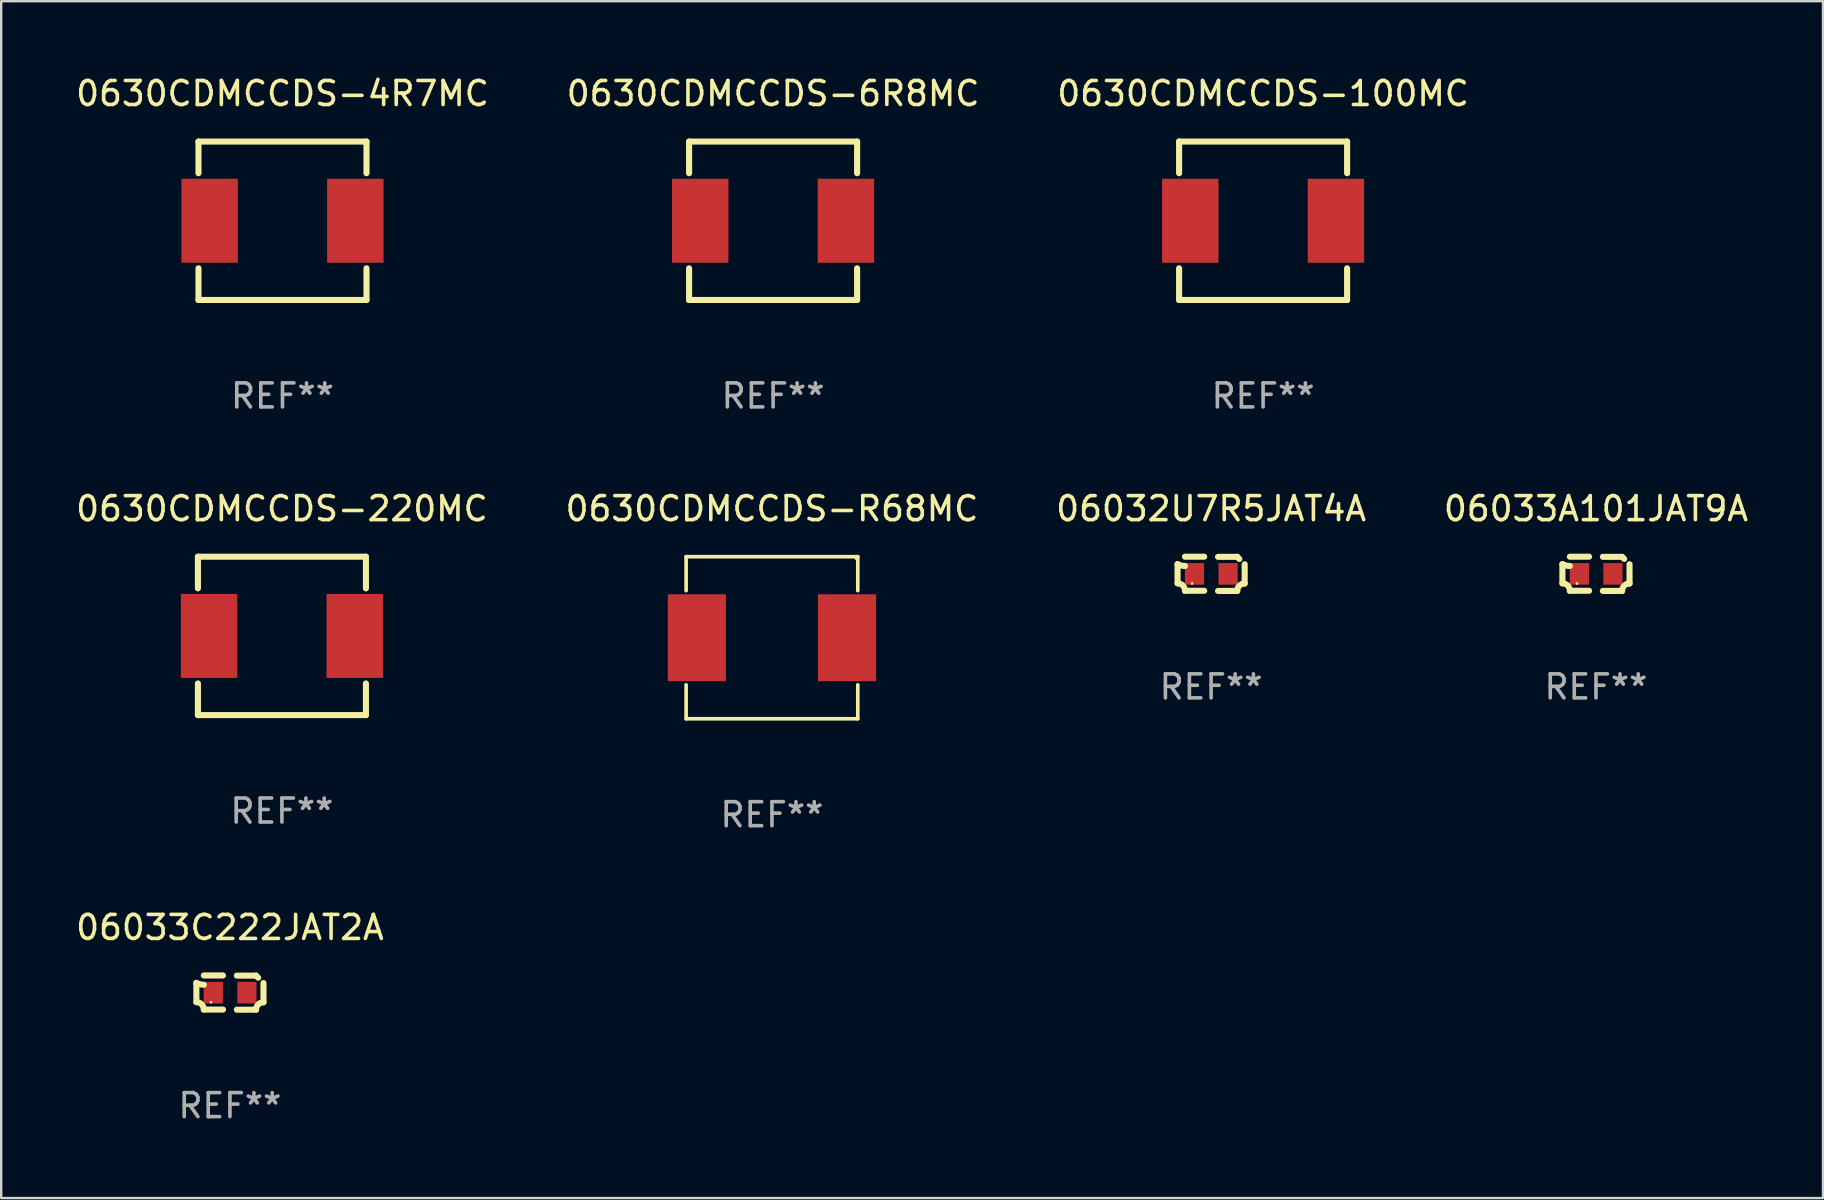
<source format=kicad_pcb>
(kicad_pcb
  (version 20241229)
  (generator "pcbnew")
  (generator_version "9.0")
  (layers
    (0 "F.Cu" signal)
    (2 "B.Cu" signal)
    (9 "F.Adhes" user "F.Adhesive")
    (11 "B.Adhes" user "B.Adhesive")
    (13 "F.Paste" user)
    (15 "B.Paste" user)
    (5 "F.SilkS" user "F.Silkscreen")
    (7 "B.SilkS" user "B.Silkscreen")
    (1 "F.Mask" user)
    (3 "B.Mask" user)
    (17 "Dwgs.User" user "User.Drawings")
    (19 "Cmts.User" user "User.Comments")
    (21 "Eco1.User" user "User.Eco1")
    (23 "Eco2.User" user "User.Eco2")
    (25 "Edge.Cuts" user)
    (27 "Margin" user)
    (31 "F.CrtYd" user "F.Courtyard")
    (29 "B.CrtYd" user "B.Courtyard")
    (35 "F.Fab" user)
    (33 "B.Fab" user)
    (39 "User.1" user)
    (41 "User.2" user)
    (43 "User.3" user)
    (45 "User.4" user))
  (footprint "0630CDMCCDS-220MC"
    (layer "F.Cu")
    (at 8.696 23.445)
    (property "Reference" "0630CDMCCDS-220MC" (at 0 -5.3 0) (layer "F.SilkS") (effects (font (size 1 1) (thickness 0.15))))
    (attr through_hole)
    (fp_line (start -3.5 -3.3) (end -3.5 -1.981) (stroke (width 0.254) (type solid)) (layer "F.SilkS"))
    (fp_line (start -3.5 -3.3) (end 3.5 -3.3) (stroke (width 0.254) (type solid)) (layer "F.SilkS"))
    (fp_line (start -3.5 1.981) (end -3.5 3.3) (stroke (width 0.254) (type solid)) (layer "F.SilkS"))
    (fp_line (start -3.5 3.3) (end 3.5 3.3) (stroke (width 0.254) (type solid)) (layer "F.SilkS"))
    (fp_line (start 3.5 -1.981) (end 3.5 -3.3) (stroke (width 0.254) (type solid)) (layer "F.SilkS"))
    (fp_line (start 3.5 3.3) (end 3.5 1.981) (stroke (width 0.254) (type solid)) (layer "F.SilkS"))
    (fp_circle (center -3.5 3.3) (end -3.47 3.3) (stroke (width 0.06) (type solid)) (fill no) (layer "F.SilkS"))
    (fp_text user "REF**" (at 0 7.3 0) (layer "F.Fab") (effects (font (size 1 1) (thickness 0.15))))
    (pad "1" smd rect (at -3.035 0) (size 2.35 3.5) (layers "F.Cu" "F.Mask" "F.Paste"))
    (pad "2" smd rect (at 3.035 0) (size 2.35 3.5) (layers "F.Cu" "F.Mask" "F.Paste")))
  (footprint "0630CDMCCDS-R68MC"
    (layer "F.Cu")
    (at 29.113 23.521)
    (property "Reference" "0630CDMCCDS-R68MC" (at 0 -5.376 0) (layer "F.SilkS") (effects (font (size 1 1) (thickness 0.15))))
    (attr through_hole)
    (fp_line (start -3.576 -3.376) (end 3.576 -3.376) (stroke (width 0.152) (type solid)) (layer "F.SilkS"))
    (fp_line (start -3.576 -1.962) (end -3.576 -3.376) (stroke (width 0.152) (type solid)) (layer "F.SilkS"))
    (fp_line (start -3.576 1.962) (end -3.576 3.376) (stroke (width 0.152) (type solid)) (layer "F.SilkS"))
    (fp_line (start -3.576 3.376) (end 3.576 3.376) (stroke (width 0.152) (type solid)) (layer "F.SilkS"))
    (fp_line (start 3.576 -3.376) (end 3.576 -1.962) (stroke (width 0.152) (type solid)) (layer "F.SilkS"))
    (fp_line (start 3.576 3.376) (end 3.576 1.962) (stroke (width 0.152) (type solid)) (layer "F.SilkS"))
    (fp_circle (center 3.5 -3.3) (end 3.53 -3.3) (stroke (width 0.06) (type solid)) (fill no) (layer "F.SilkS"))
    (fp_text user "REF**" (at 0 7.376 0) (layer "F.Fab") (effects (font (size 1 1) (thickness 0.15))))
    (pad "1" smd rect (at 3.128 0) (size 2.424 3.62) (layers "F.Cu" "F.Mask" "F.Paste"))
    (pad "2" smd rect (at -3.128 0) (size 2.424 3.62) (layers "F.Cu" "F.Mask" "F.Paste")))
  (footprint "06032U7R5JAT4A"
    (layer "F.Cu")
    (at 47.411 20.858)
    (property "Reference" "06032U7R5JAT4A" (at 0 -2.713 0) (layer "F.SilkS") (effects (font (size 1 1) (thickness 0.15))))
    (attr through_hole)
    (fp_line (start -1.398 -0.403) (end -1.398 0.397) (stroke (width 0.254) (type solid)) (layer "F.SilkS"))
    (fp_line (start -0.288 -0.713) (end -1.088 -0.713) (stroke (width 0.254) (type solid)) (layer "F.SilkS"))
    (fp_line (start -0.288 0.707) (end -1.088 0.707) (stroke (width 0.254) (type solid)) (layer "F.SilkS"))
    (fp_line (start 0.288 -0.707) (end 1.088 -0.707) (stroke (width 0.254) (type solid)) (layer "F.SilkS"))
    (fp_line (start 0.288 0.713) (end 1.088 0.713) (stroke (width 0.254) (type solid)) (layer "F.SilkS"))
    (fp_line (start 1.398 -0.397) (end 1.398 0.403) (stroke (width 0.254) (type solid)) (layer "F.SilkS"))
    (fp_arc (start -1.397789 0.397066) (mid -1.178701 0.487826) (end -1.08796 0.706922) (stroke (width 0.254001) (type solid)) (layer "F.SilkS"))
    (fp_arc (start -1.08796 -0.327176) (mid -1.247436 -0.346384) (end -1.39779 -0.402908) (stroke (width 0.254001) (type solid)) (layer "F.SilkS"))
    (fp_arc (start 1.087909 0.712738) (mid 1.178656 0.493655) (end 1.397739 0.402908) (stroke (width 0.254001) (type solid)) (layer "F.SilkS"))
    (fp_arc (start 1.175925 -0.618926) (mid 1.131917 -0.662923) (end 1.08791 -0.706922) (stroke (width 0.254001) (type solid)) (layer "F.SilkS"))
    (fp_circle (center -0.792 0.403) (end -0.762 0.403) (stroke (width 0.06) (type solid)) (fill no) (layer "F.SilkS"))
    (fp_text user "REF**" (at 0 4.713 0) (layer "F.Fab") (effects (font (size 1 1) (thickness 0.15))))
    (pad "1" smd rect (at -0.692 0.003) (size 0.8 0.9) (layers "F.Cu" "F.Mask" "F.Paste"))
    (pad "2" smd rect (at 0.708 0.003) (size 0.8 0.9) (layers "F.Cu" "F.Mask" "F.Paste")))
  (footprint "0630CDMCCDS-6R8MC"
    (layer "F.Cu")
    (at 29.161 6.148)
    (property "Reference" "0630CDMCCDS-6R8MC" (at 0 -5.3 0) (layer "F.SilkS") (effects (font (size 1 1) (thickness 0.15))))
    (attr through_hole)
    (fp_line (start -3.5 -3.3) (end -3.5 -1.981) (stroke (width 0.254) (type solid)) (layer "F.SilkS"))
    (fp_line (start -3.5 -3.3) (end 3.5 -3.3) (stroke (width 0.254) (type solid)) (layer "F.SilkS"))
    (fp_line (start -3.5 1.981) (end -3.5 3.3) (stroke (width 0.254) (type solid)) (layer "F.SilkS"))
    (fp_line (start -3.5 3.3) (end 3.5 3.3) (stroke (width 0.254) (type solid)) (layer "F.SilkS"))
    (fp_line (start 3.5 -1.981) (end 3.5 -3.3) (stroke (width 0.254) (type solid)) (layer "F.SilkS"))
    (fp_line (start 3.5 3.3) (end 3.5 1.981) (stroke (width 0.254) (type solid)) (layer "F.SilkS"))
    (fp_circle (center -3.5 3.3) (end -3.47 3.3) (stroke (width 0.06) (type solid)) (fill no) (layer "F.SilkS"))
    (fp_text user "REF**" (at 0 7.3 0) (layer "F.Fab") (effects (font (size 1 1) (thickness 0.15))))
    (pad "1" smd rect (at -3.035 0) (size 2.35 3.5) (layers "F.Cu" "F.Mask" "F.Paste"))
    (pad "2" smd rect (at 3.035 0) (size 2.35 3.5) (layers "F.Cu" "F.Mask" "F.Paste")))
  (footprint "0630CDMCCDS-4R7MC"
    (layer "F.Cu")
    (at 8.72 6.148)
    (property "Reference" "0630CDMCCDS-4R7MC" (at 0 -5.3 0) (layer "F.SilkS") (effects (font (size 1 1) (thickness 0.15))))
    (attr through_hole)
    (fp_line (start -3.5 -3.3) (end -3.5 -1.981) (stroke (width 0.254) (type solid)) (layer "F.SilkS"))
    (fp_line (start -3.5 -3.3) (end 3.5 -3.3) (stroke (width 0.254) (type solid)) (layer "F.SilkS"))
    (fp_line (start -3.5 1.981) (end -3.5 3.3) (stroke (width 0.254) (type solid)) (layer "F.SilkS"))
    (fp_line (start -3.5 3.3) (end 3.5 3.3) (stroke (width 0.254) (type solid)) (layer "F.SilkS"))
    (fp_line (start 3.5 -1.981) (end 3.5 -3.3) (stroke (width 0.254) (type solid)) (layer "F.SilkS"))
    (fp_line (start 3.5 3.3) (end 3.5 1.981) (stroke (width 0.254) (type solid)) (layer "F.SilkS"))
    (fp_circle (center -3.5 3.3) (end -3.47 3.3) (stroke (width 0.06) (type solid)) (fill no) (layer "F.SilkS"))
    (fp_text user "REF**" (at 0 7.3 0) (layer "F.Fab") (effects (font (size 1 1) (thickness 0.15))))
    (pad "1" smd rect (at -3.035 0) (size 2.35 3.5) (layers "F.Cu" "F.Mask" "F.Paste"))
    (pad "2" smd rect (at 3.035 0) (size 2.35 3.5) (layers "F.Cu" "F.Mask" "F.Paste")))
  (footprint "0630CDMCCDS-100MC"
    (layer "F.Cu")
    (at 49.577 6.148)
    (property "Reference" "0630CDMCCDS-100MC" (at 0 -5.3 0) (layer "F.SilkS") (effects (font (size 1 1) (thickness 0.15))))
    (attr through_hole)
    (fp_line (start -3.5 -3.3) (end -3.5 -1.981) (stroke (width 0.254) (type solid)) (layer "F.SilkS"))
    (fp_line (start -3.5 -3.3) (end 3.5 -3.3) (stroke (width 0.254) (type solid)) (layer "F.SilkS"))
    (fp_line (start -3.5 1.981) (end -3.5 3.3) (stroke (width 0.254) (type solid)) (layer "F.SilkS"))
    (fp_line (start -3.5 3.3) (end 3.5 3.3) (stroke (width 0.254) (type solid)) (layer "F.SilkS"))
    (fp_line (start 3.5 -1.981) (end 3.5 -3.3) (stroke (width 0.254) (type solid)) (layer "F.SilkS"))
    (fp_line (start 3.5 3.3) (end 3.5 1.981) (stroke (width 0.254) (type solid)) (layer "F.SilkS"))
    (fp_circle (center -3.5 3.3) (end -3.47 3.3) (stroke (width 0.06) (type solid)) (fill no) (layer "F.SilkS"))
    (fp_text user "REF**" (at 0 7.3 0) (layer "F.Fab") (effects (font (size 1 1) (thickness 0.15))))
    (pad "1" smd rect (at -3.035 0) (size 2.35 3.5) (layers "F.Cu" "F.Mask" "F.Paste"))
    (pad "2" smd rect (at 3.035 0) (size 2.35 3.5) (layers "F.Cu" "F.Mask" "F.Paste")))
  (footprint "06033C222JAT2A"
    (layer "F.Cu")
    (at 6.53 38.306)
    (property "Reference" "06033C222JAT2A" (at 0 -2.713 0) (layer "F.SilkS") (effects (font (size 1 1) (thickness 0.15))))
    (attr through_hole)
    (fp_line (start -1.398 -0.403) (end -1.398 0.397) (stroke (width 0.254) (type solid)) (layer "F.SilkS"))
    (fp_line (start -0.288 -0.713) (end -1.088 -0.713) (stroke (width 0.254) (type solid)) (layer "F.SilkS"))
    (fp_line (start -0.288 0.707) (end -1.088 0.707) (stroke (width 0.254) (type solid)) (layer "F.SilkS"))
    (fp_line (start 0.288 -0.707) (end 1.088 -0.707) (stroke (width 0.254) (type solid)) (layer "F.SilkS"))
    (fp_line (start 0.288 0.713) (end 1.088 0.713) (stroke (width 0.254) (type solid)) (layer "F.SilkS"))
    (fp_line (start 1.398 -0.397) (end 1.398 0.403) (stroke (width 0.254) (type solid)) (layer "F.SilkS"))
    (fp_arc (start -1.397789 0.397066) (mid -1.178701 0.487826) (end -1.08796 0.706922) (stroke (width 0.254001) (type solid)) (layer "F.SilkS"))
    (fp_arc (start -1.08796 -0.327176) (mid -1.247436 -0.346384) (end -1.39779 -0.402908) (stroke (width 0.254001) (type solid)) (layer "F.SilkS"))
    (fp_arc (start 1.087909 0.712738) (mid 1.178656 0.493655) (end 1.397739 0.402908) (stroke (width 0.254001) (type solid)) (layer "F.SilkS"))
    (fp_arc (start 1.175925 -0.618926) (mid 1.131917 -0.662923) (end 1.08791 -0.706922) (stroke (width 0.254001) (type solid)) (layer "F.SilkS"))
    (fp_circle (center -0.792 0.403) (end -0.762 0.403) (stroke (width 0.06) (type solid)) (fill no) (layer "F.SilkS"))
    (fp_text user "REF**" (at 0 4.713 0) (layer "F.Fab") (effects (font (size 1 1) (thickness 0.15))))
    (pad "1" smd rect (at -0.692 0.003) (size 0.8 0.9) (layers "F.Cu" "F.Mask" "F.Paste"))
    (pad "2" smd rect (at 0.708 0.003) (size 0.8 0.9) (layers "F.Cu" "F.Mask" "F.Paste")))
  (footprint "06033A101JAT9A"
    (layer "F.Cu")
    (at 63.446 20.858)
    (property "Reference" "06033A101JAT9A" (at 0 -2.713 0) (layer "F.SilkS") (effects (font (size 1 1) (thickness 0.15))))
    (attr through_hole)
    (fp_line (start -1.398 -0.403) (end -1.398 0.397) (stroke (width 0.254) (type solid)) (layer "F.SilkS"))
    (fp_line (start -0.288 -0.713) (end -1.088 -0.713) (stroke (width 0.254) (type solid)) (layer "F.SilkS"))
    (fp_line (start -0.288 0.707) (end -1.088 0.707) (stroke (width 0.254) (type solid)) (layer "F.SilkS"))
    (fp_line (start 0.288 -0.707) (end 1.088 -0.707) (stroke (width 0.254) (type solid)) (layer "F.SilkS"))
    (fp_line (start 0.288 0.713) (end 1.088 0.713) (stroke (width 0.254) (type solid)) (layer "F.SilkS"))
    (fp_line (start 1.398 -0.397) (end 1.398 0.403) (stroke (width 0.254) (type solid)) (layer "F.SilkS"))
    (fp_arc (start -1.397789 0.397066) (mid -1.178701 0.487826) (end -1.08796 0.706922) (stroke (width 0.254001) (type solid)) (layer "F.SilkS"))
    (fp_arc (start -1.08796 -0.327176) (mid -1.247436 -0.346384) (end -1.39779 -0.402908) (stroke (width 0.254001) (type solid)) (layer "F.SilkS"))
    (fp_arc (start 1.087909 0.712738) (mid 1.178656 0.493655) (end 1.397739 0.402908) (stroke (width 0.254001) (type solid)) (layer "F.SilkS"))
    (fp_arc (start 1.175925 -0.618926) (mid 1.131917 -0.662923) (end 1.08791 -0.706922) (stroke (width 0.254001) (type solid)) (layer "F.SilkS"))
    (fp_circle (center -0.792 0.403) (end -0.762 0.403) (stroke (width 0.06) (type solid)) (fill no) (layer "F.SilkS"))
    (fp_text user "REF**" (at 0 4.713 0) (layer "F.Fab") (effects (font (size 1 1) (thickness 0.15))))
    (pad "1" smd rect (at -0.692 0.003) (size 0.8 0.9) (layers "F.Cu" "F.Mask" "F.Paste"))
    (pad "2" smd rect (at 0.708 0.003) (size 0.8 0.9) (layers "F.Cu" "F.Mask" "F.Paste")))
  (gr_rect
    (start -3 -3)
    (end 72.905 46.867)
    (stroke (width 0.1) (type default))
    (fill no)
    (layer "Edge.Cuts")))
</source>
